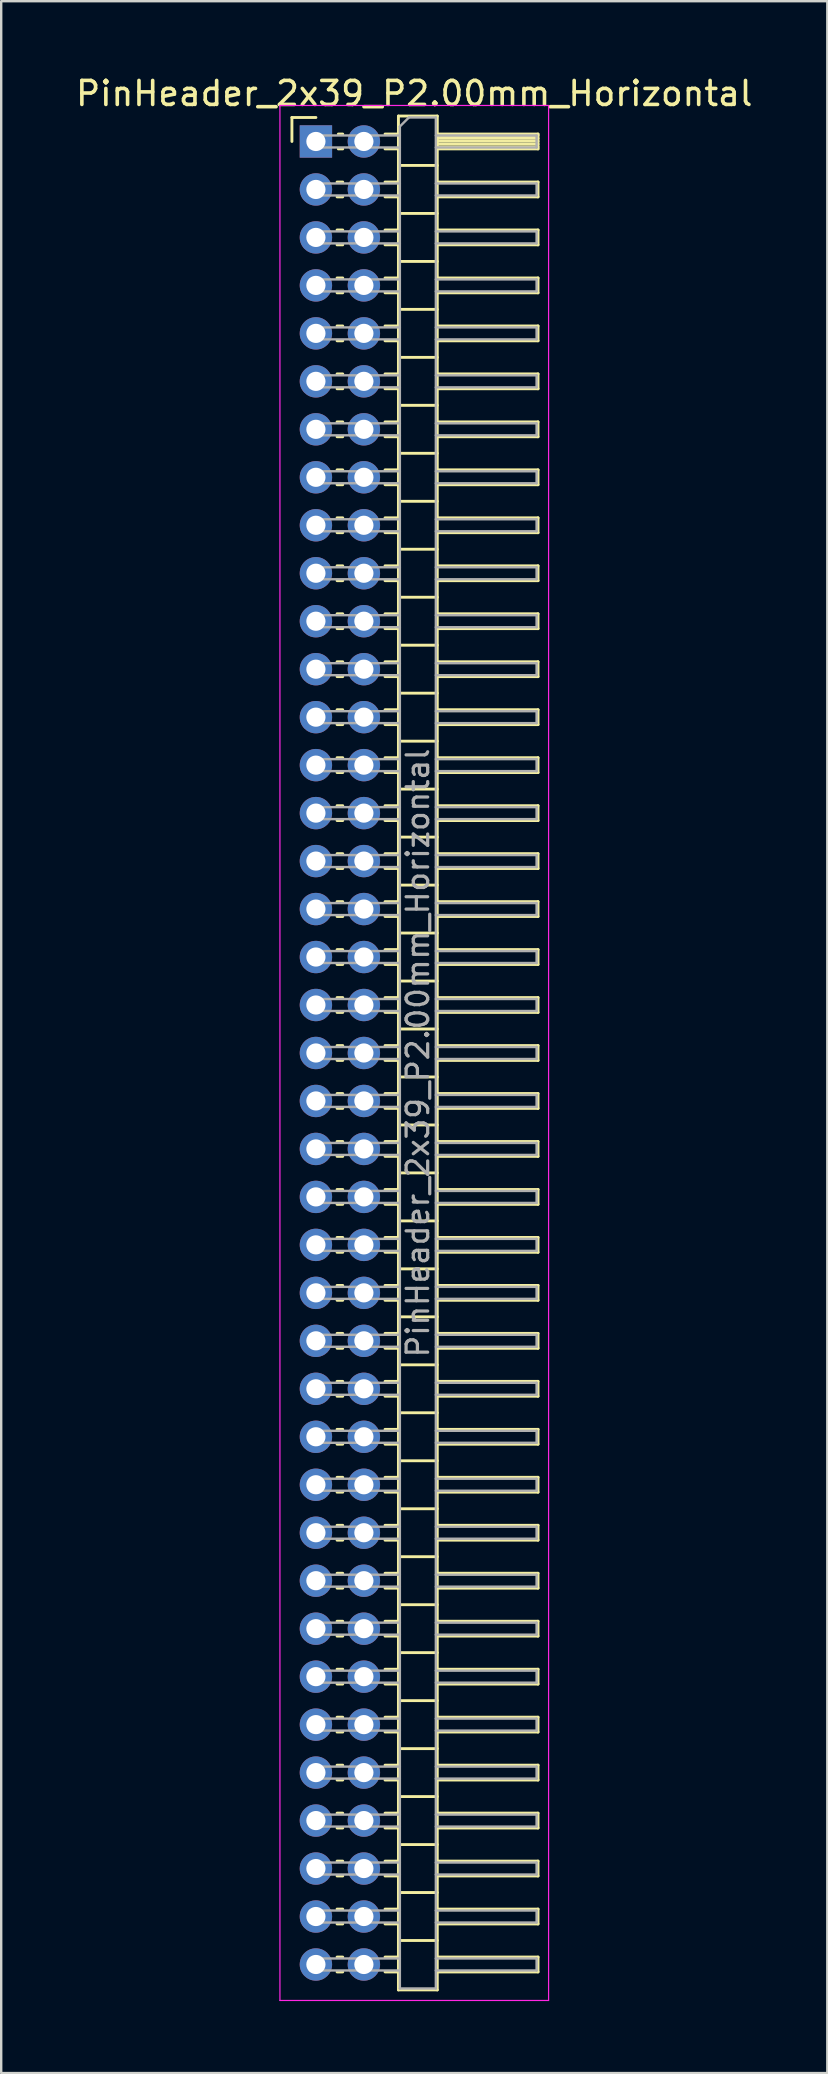
<source format=kicad_pcb>
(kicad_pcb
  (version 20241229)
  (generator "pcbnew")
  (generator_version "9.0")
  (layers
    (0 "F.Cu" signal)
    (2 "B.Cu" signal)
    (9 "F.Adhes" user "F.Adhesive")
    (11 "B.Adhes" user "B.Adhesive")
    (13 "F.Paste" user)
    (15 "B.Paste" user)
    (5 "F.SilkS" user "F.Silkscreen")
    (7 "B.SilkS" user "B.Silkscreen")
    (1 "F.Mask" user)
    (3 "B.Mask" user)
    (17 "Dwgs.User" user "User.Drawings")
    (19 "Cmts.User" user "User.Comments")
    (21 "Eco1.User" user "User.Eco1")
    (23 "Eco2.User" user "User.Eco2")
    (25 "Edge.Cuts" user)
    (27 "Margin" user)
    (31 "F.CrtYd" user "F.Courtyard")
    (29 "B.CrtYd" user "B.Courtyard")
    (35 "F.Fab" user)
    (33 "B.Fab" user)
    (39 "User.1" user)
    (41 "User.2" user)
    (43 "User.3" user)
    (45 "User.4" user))
  (footprint "PinHeader_2x39_P2.00mm_Horizontal"
    (layer "F.Cu")
    (at 10.12 2.848)
    (property "Reference" "PinHeader_2x39_P2.00mm_Horizontal" (at 4.1 -2 0) (layer "F.SilkS") (effects (font (size 1 1) (thickness 0.15))))
    (attr through_hole)
    (fp_line (start -1 -1) (end 0 -1) (stroke (width 0.12) (type solid)) (layer "F.SilkS"))
    (fp_line (start -1 0) (end -1 -1) (stroke (width 0.12) (type solid)) (layer "F.SilkS"))
    (fp_line (start 0.882 1.69) (end 1.118 1.69) (stroke (width 0.12) (type solid)) (layer "F.SilkS"))
    (fp_line (start 0.882 2.31) (end 1.118 2.31) (stroke (width 0.12) (type solid)) (layer "F.SilkS"))
    (fp_line (start 0.882 3.69) (end 1.118 3.69) (stroke (width 0.12) (type solid)) (layer "F.SilkS"))
    (fp_line (start 0.882 4.31) (end 1.118 4.31) (stroke (width 0.12) (type solid)) (layer "F.SilkS"))
    (fp_line (start 0.882 5.69) (end 1.118 5.69) (stroke (width 0.12) (type solid)) (layer "F.SilkS"))
    (fp_line (start 0.882 6.31) (end 1.118 6.31) (stroke (width 0.12) (type solid)) (layer "F.SilkS"))
    (fp_line (start 0.882 7.69) (end 1.118 7.69) (stroke (width 0.12) (type solid)) (layer "F.SilkS"))
    (fp_line (start 0.882 8.31) (end 1.118 8.31) (stroke (width 0.12) (type solid)) (layer "F.SilkS"))
    (fp_line (start 0.882 9.69) (end 1.118 9.69) (stroke (width 0.12) (type solid)) (layer "F.SilkS"))
    (fp_line (start 0.882 10.31) (end 1.118 10.31) (stroke (width 0.12) (type solid)) (layer "F.SilkS"))
    (fp_line (start 0.882 11.69) (end 1.118 11.69) (stroke (width 0.12) (type solid)) (layer "F.SilkS"))
    (fp_line (start 0.882 12.31) (end 1.118 12.31) (stroke (width 0.12) (type solid)) (layer "F.SilkS"))
    (fp_line (start 0.882 13.69) (end 1.118 13.69) (stroke (width 0.12) (type solid)) (layer "F.SilkS"))
    (fp_line (start 0.882 14.31) (end 1.118 14.31) (stroke (width 0.12) (type solid)) (layer "F.SilkS"))
    (fp_line (start 0.882 15.69) (end 1.118 15.69) (stroke (width 0.12) (type solid)) (layer "F.SilkS"))
    (fp_line (start 0.882 16.31) (end 1.118 16.31) (stroke (width 0.12) (type solid)) (layer "F.SilkS"))
    (fp_line (start 0.882 17.69) (end 1.118 17.69) (stroke (width 0.12) (type solid)) (layer "F.SilkS"))
    (fp_line (start 0.882 18.31) (end 1.118 18.31) (stroke (width 0.12) (type solid)) (layer "F.SilkS"))
    (fp_line (start 0.882 19.69) (end 1.118 19.69) (stroke (width 0.12) (type solid)) (layer "F.SilkS"))
    (fp_line (start 0.882 20.31) (end 1.118 20.31) (stroke (width 0.12) (type solid)) (layer "F.SilkS"))
    (fp_line (start 0.882 21.69) (end 1.118 21.69) (stroke (width 0.12) (type solid)) (layer "F.SilkS"))
    (fp_line (start 0.882 22.31) (end 1.118 22.31) (stroke (width 0.12) (type solid)) (layer "F.SilkS"))
    (fp_line (start 0.882 23.69) (end 1.118 23.69) (stroke (width 0.12) (type solid)) (layer "F.SilkS"))
    (fp_line (start 0.882 24.31) (end 1.118 24.31) (stroke (width 0.12) (type solid)) (layer "F.SilkS"))
    (fp_line (start 0.882 25.69) (end 1.118 25.69) (stroke (width 0.12) (type solid)) (layer "F.SilkS"))
    (fp_line (start 0.882 26.31) (end 1.118 26.31) (stroke (width 0.12) (type solid)) (layer "F.SilkS"))
    (fp_line (start 0.882 27.69) (end 1.118 27.69) (stroke (width 0.12) (type solid)) (layer "F.SilkS"))
    (fp_line (start 0.882 28.31) (end 1.118 28.31) (stroke (width 0.12) (type solid)) (layer "F.SilkS"))
    (fp_line (start 0.882 29.69) (end 1.118 29.69) (stroke (width 0.12) (type solid)) (layer "F.SilkS"))
    (fp_line (start 0.882 30.31) (end 1.118 30.31) (stroke (width 0.12) (type solid)) (layer "F.SilkS"))
    (fp_line (start 0.882 31.69) (end 1.118 31.69) (stroke (width 0.12) (type solid)) (layer "F.SilkS"))
    (fp_line (start 0.882 32.31) (end 1.118 32.31) (stroke (width 0.12) (type solid)) (layer "F.SilkS"))
    (fp_line (start 0.882 33.69) (end 1.118 33.69) (stroke (width 0.12) (type solid)) (layer "F.SilkS"))
    (fp_line (start 0.882 34.31) (end 1.118 34.31) (stroke (width 0.12) (type solid)) (layer "F.SilkS"))
    (fp_line (start 0.882 35.69) (end 1.118 35.69) (stroke (width 0.12) (type solid)) (layer "F.SilkS"))
    (fp_line (start 0.882 36.31) (end 1.118 36.31) (stroke (width 0.12) (type solid)) (layer "F.SilkS"))
    (fp_line (start 0.882 37.69) (end 1.118 37.69) (stroke (width 0.12) (type solid)) (layer "F.SilkS"))
    (fp_line (start 0.882 38.31) (end 1.118 38.31) (stroke (width 0.12) (type solid)) (layer "F.SilkS"))
    (fp_line (start 0.882 39.69) (end 1.118 39.69) (stroke (width 0.12) (type solid)) (layer "F.SilkS"))
    (fp_line (start 0.882 40.31) (end 1.118 40.31) (stroke (width 0.12) (type solid)) (layer "F.SilkS"))
    (fp_line (start 0.882 41.69) (end 1.118 41.69) (stroke (width 0.12) (type solid)) (layer "F.SilkS"))
    (fp_line (start 0.882 42.31) (end 1.118 42.31) (stroke (width 0.12) (type solid)) (layer "F.SilkS"))
    (fp_line (start 0.882 43.69) (end 1.118 43.69) (stroke (width 0.12) (type solid)) (layer "F.SilkS"))
    (fp_line (start 0.882 44.31) (end 1.118 44.31) (stroke (width 0.12) (type solid)) (layer "F.SilkS"))
    (fp_line (start 0.882 45.69) (end 1.118 45.69) (stroke (width 0.12) (type solid)) (layer "F.SilkS"))
    (fp_line (start 0.882 46.31) (end 1.118 46.31) (stroke (width 0.12) (type solid)) (layer "F.SilkS"))
    (fp_line (start 0.882 47.69) (end 1.118 47.69) (stroke (width 0.12) (type solid)) (layer "F.SilkS"))
    (fp_line (start 0.882 48.31) (end 1.118 48.31) (stroke (width 0.12) (type solid)) (layer "F.SilkS"))
    (fp_line (start 0.882 49.69) (end 1.118 49.69) (stroke (width 0.12) (type solid)) (layer "F.SilkS"))
    (fp_line (start 0.882 50.31) (end 1.118 50.31) (stroke (width 0.12) (type solid)) (layer "F.SilkS"))
    (fp_line (start 0.882 51.69) (end 1.118 51.69) (stroke (width 0.12) (type solid)) (layer "F.SilkS"))
    (fp_line (start 0.882 52.31) (end 1.118 52.31) (stroke (width 0.12) (type solid)) (layer "F.SilkS"))
    (fp_line (start 0.882 53.69) (end 1.118 53.69) (stroke (width 0.12) (type solid)) (layer "F.SilkS"))
    (fp_line (start 0.882 54.31) (end 1.118 54.31) (stroke (width 0.12) (type solid)) (layer "F.SilkS"))
    (fp_line (start 0.882 55.69) (end 1.118 55.69) (stroke (width 0.12) (type solid)) (layer "F.SilkS"))
    (fp_line (start 0.882 56.31) (end 1.118 56.31) (stroke (width 0.12) (type solid)) (layer "F.SilkS"))
    (fp_line (start 0.882 57.69) (end 1.118 57.69) (stroke (width 0.12) (type solid)) (layer "F.SilkS"))
    (fp_line (start 0.882 58.31) (end 1.118 58.31) (stroke (width 0.12) (type solid)) (layer "F.SilkS"))
    (fp_line (start 0.882 59.69) (end 1.118 59.69) (stroke (width 0.12) (type solid)) (layer "F.SilkS"))
    (fp_line (start 0.882 60.31) (end 1.118 60.31) (stroke (width 0.12) (type solid)) (layer "F.SilkS"))
    (fp_line (start 0.882 61.69) (end 1.118 61.69) (stroke (width 0.12) (type solid)) (layer "F.SilkS"))
    (fp_line (start 0.882 62.31) (end 1.118 62.31) (stroke (width 0.12) (type solid)) (layer "F.SilkS"))
    (fp_line (start 0.882 63.69) (end 1.118 63.69) (stroke (width 0.12) (type solid)) (layer "F.SilkS"))
    (fp_line (start 0.882 64.31) (end 1.118 64.31) (stroke (width 0.12) (type solid)) (layer "F.SilkS"))
    (fp_line (start 0.882 65.69) (end 1.118 65.69) (stroke (width 0.12) (type solid)) (layer "F.SilkS"))
    (fp_line (start 0.882 66.31) (end 1.118 66.31) (stroke (width 0.12) (type solid)) (layer "F.SilkS"))
    (fp_line (start 0.882 67.69) (end 1.118 67.69) (stroke (width 0.12) (type solid)) (layer "F.SilkS"))
    (fp_line (start 0.882 68.31) (end 1.118 68.31) (stroke (width 0.12) (type solid)) (layer "F.SilkS"))
    (fp_line (start 0.882 69.69) (end 1.118 69.69) (stroke (width 0.12) (type solid)) (layer "F.SilkS"))
    (fp_line (start 0.882 70.31) (end 1.118 70.31) (stroke (width 0.12) (type solid)) (layer "F.SilkS"))
    (fp_line (start 0.882 71.69) (end 1.118 71.69) (stroke (width 0.12) (type solid)) (layer "F.SilkS"))
    (fp_line (start 0.882 72.31) (end 1.118 72.31) (stroke (width 0.12) (type solid)) (layer "F.SilkS"))
    (fp_line (start 0.882 73.69) (end 1.118 73.69) (stroke (width 0.12) (type solid)) (layer "F.SilkS"))
    (fp_line (start 0.882 74.31) (end 1.118 74.31) (stroke (width 0.12) (type solid)) (layer "F.SilkS"))
    (fp_line (start 0.882 75.69) (end 1.118 75.69) (stroke (width 0.12) (type solid)) (layer "F.SilkS"))
    (fp_line (start 0.882 76.31) (end 1.118 76.31) (stroke (width 0.12) (type solid)) (layer "F.SilkS"))
    (fp_line (start 0.935 -0.31) (end 1.118 -0.31) (stroke (width 0.12) (type solid)) (layer "F.SilkS"))
    (fp_line (start 0.935 0.31) (end 1.118 0.31) (stroke (width 0.12) (type solid)) (layer "F.SilkS"))
    (fp_line (start 2.882 -0.31) (end 3.44 -0.31) (stroke (width 0.12) (type solid)) (layer "F.SilkS"))
    (fp_line (start 2.882 0.31) (end 3.44 0.31) (stroke (width 0.12) (type solid)) (layer "F.SilkS"))
    (fp_line (start 2.882 1.69) (end 3.44 1.69) (stroke (width 0.12) (type solid)) (layer "F.SilkS"))
    (fp_line (start 2.882 2.31) (end 3.44 2.31) (stroke (width 0.12) (type solid)) (layer "F.SilkS"))
    (fp_line (start 2.882 3.69) (end 3.44 3.69) (stroke (width 0.12) (type solid)) (layer "F.SilkS"))
    (fp_line (start 2.882 4.31) (end 3.44 4.31) (stroke (width 0.12) (type solid)) (layer "F.SilkS"))
    (fp_line (start 2.882 5.69) (end 3.44 5.69) (stroke (width 0.12) (type solid)) (layer "F.SilkS"))
    (fp_line (start 2.882 6.31) (end 3.44 6.31) (stroke (width 0.12) (type solid)) (layer "F.SilkS"))
    (fp_line (start 2.882 7.69) (end 3.44 7.69) (stroke (width 0.12) (type solid)) (layer "F.SilkS"))
    (fp_line (start 2.882 8.31) (end 3.44 8.31) (stroke (width 0.12) (type solid)) (layer "F.SilkS"))
    (fp_line (start 2.882 9.69) (end 3.44 9.69) (stroke (width 0.12) (type solid)) (layer "F.SilkS"))
    (fp_line (start 2.882 10.31) (end 3.44 10.31) (stroke (width 0.12) (type solid)) (layer "F.SilkS"))
    (fp_line (start 2.882 11.69) (end 3.44 11.69) (stroke (width 0.12) (type solid)) (layer "F.SilkS"))
    (fp_line (start 2.882 12.31) (end 3.44 12.31) (stroke (width 0.12) (type solid)) (layer "F.SilkS"))
    (fp_line (start 2.882 13.69) (end 3.44 13.69) (stroke (width 0.12) (type solid)) (layer "F.SilkS"))
    (fp_line (start 2.882 14.31) (end 3.44 14.31) (stroke (width 0.12) (type solid)) (layer "F.SilkS"))
    (fp_line (start 2.882 15.69) (end 3.44 15.69) (stroke (width 0.12) (type solid)) (layer "F.SilkS"))
    (fp_line (start 2.882 16.31) (end 3.44 16.31) (stroke (width 0.12) (type solid)) (layer "F.SilkS"))
    (fp_line (start 2.882 17.69) (end 3.44 17.69) (stroke (width 0.12) (type solid)) (layer "F.SilkS"))
    (fp_line (start 2.882 18.31) (end 3.44 18.31) (stroke (width 0.12) (type solid)) (layer "F.SilkS"))
    (fp_line (start 2.882 19.69) (end 3.44 19.69) (stroke (width 0.12) (type solid)) (layer "F.SilkS"))
    (fp_line (start 2.882 20.31) (end 3.44 20.31) (stroke (width 0.12) (type solid)) (layer "F.SilkS"))
    (fp_line (start 2.882 21.69) (end 3.44 21.69) (stroke (width 0.12) (type solid)) (layer "F.SilkS"))
    (fp_line (start 2.882 22.31) (end 3.44 22.31) (stroke (width 0.12) (type solid)) (layer "F.SilkS"))
    (fp_line (start 2.882 23.69) (end 3.44 23.69) (stroke (width 0.12) (type solid)) (layer "F.SilkS"))
    (fp_line (start 2.882 24.31) (end 3.44 24.31) (stroke (width 0.12) (type solid)) (layer "F.SilkS"))
    (fp_line (start 2.882 25.69) (end 3.44 25.69) (stroke (width 0.12) (type solid)) (layer "F.SilkS"))
    (fp_line (start 2.882 26.31) (end 3.44 26.31) (stroke (width 0.12) (type solid)) (layer "F.SilkS"))
    (fp_line (start 2.882 27.69) (end 3.44 27.69) (stroke (width 0.12) (type solid)) (layer "F.SilkS"))
    (fp_line (start 2.882 28.31) (end 3.44 28.31) (stroke (width 0.12) (type solid)) (layer "F.SilkS"))
    (fp_line (start 2.882 29.69) (end 3.44 29.69) (stroke (width 0.12) (type solid)) (layer "F.SilkS"))
    (fp_line (start 2.882 30.31) (end 3.44 30.31) (stroke (width 0.12) (type solid)) (layer "F.SilkS"))
    (fp_line (start 2.882 31.69) (end 3.44 31.69) (stroke (width 0.12) (type solid)) (layer "F.SilkS"))
    (fp_line (start 2.882 32.31) (end 3.44 32.31) (stroke (width 0.12) (type solid)) (layer "F.SilkS"))
    (fp_line (start 2.882 33.69) (end 3.44 33.69) (stroke (width 0.12) (type solid)) (layer "F.SilkS"))
    (fp_line (start 2.882 34.31) (end 3.44 34.31) (stroke (width 0.12) (type solid)) (layer "F.SilkS"))
    (fp_line (start 2.882 35.69) (end 3.44 35.69) (stroke (width 0.12) (type solid)) (layer "F.SilkS"))
    (fp_line (start 2.882 36.31) (end 3.44 36.31) (stroke (width 0.12) (type solid)) (layer "F.SilkS"))
    (fp_line (start 2.882 37.69) (end 3.44 37.69) (stroke (width 0.12) (type solid)) (layer "F.SilkS"))
    (fp_line (start 2.882 38.31) (end 3.44 38.31) (stroke (width 0.12) (type solid)) (layer "F.SilkS"))
    (fp_line (start 2.882 39.69) (end 3.44 39.69) (stroke (width 0.12) (type solid)) (layer "F.SilkS"))
    (fp_line (start 2.882 40.31) (end 3.44 40.31) (stroke (width 0.12) (type solid)) (layer "F.SilkS"))
    (fp_line (start 2.882 41.69) (end 3.44 41.69) (stroke (width 0.12) (type solid)) (layer "F.SilkS"))
    (fp_line (start 2.882 42.31) (end 3.44 42.31) (stroke (width 0.12) (type solid)) (layer "F.SilkS"))
    (fp_line (start 2.882 43.69) (end 3.44 43.69) (stroke (width 0.12) (type solid)) (layer "F.SilkS"))
    (fp_line (start 2.882 44.31) (end 3.44 44.31) (stroke (width 0.12) (type solid)) (layer "F.SilkS"))
    (fp_line (start 2.882 45.69) (end 3.44 45.69) (stroke (width 0.12) (type solid)) (layer "F.SilkS"))
    (fp_line (start 2.882 46.31) (end 3.44 46.31) (stroke (width 0.12) (type solid)) (layer "F.SilkS"))
    (fp_line (start 2.882 47.69) (end 3.44 47.69) (stroke (width 0.12) (type solid)) (layer "F.SilkS"))
    (fp_line (start 2.882 48.31) (end 3.44 48.31) (stroke (width 0.12) (type solid)) (layer "F.SilkS"))
    (fp_line (start 2.882 49.69) (end 3.44 49.69) (stroke (width 0.12) (type solid)) (layer "F.SilkS"))
    (fp_line (start 2.882 50.31) (end 3.44 50.31) (stroke (width 0.12) (type solid)) (layer "F.SilkS"))
    (fp_line (start 2.882 51.69) (end 3.44 51.69) (stroke (width 0.12) (type solid)) (layer "F.SilkS"))
    (fp_line (start 2.882 52.31) (end 3.44 52.31) (stroke (width 0.12) (type solid)) (layer "F.SilkS"))
    (fp_line (start 2.882 53.69) (end 3.44 53.69) (stroke (width 0.12) (type solid)) (layer "F.SilkS"))
    (fp_line (start 2.882 54.31) (end 3.44 54.31) (stroke (width 0.12) (type solid)) (layer "F.SilkS"))
    (fp_line (start 2.882 55.69) (end 3.44 55.69) (stroke (width 0.12) (type solid)) (layer "F.SilkS"))
    (fp_line (start 2.882 56.31) (end 3.44 56.31) (stroke (width 0.12) (type solid)) (layer "F.SilkS"))
    (fp_line (start 2.882 57.69) (end 3.44 57.69) (stroke (width 0.12) (type solid)) (layer "F.SilkS"))
    (fp_line (start 2.882 58.31) (end 3.44 58.31) (stroke (width 0.12) (type solid)) (layer "F.SilkS"))
    (fp_line (start 2.882 59.69) (end 3.44 59.69) (stroke (width 0.12) (type solid)) (layer "F.SilkS"))
    (fp_line (start 2.882 60.31) (end 3.44 60.31) (stroke (width 0.12) (type solid)) (layer "F.SilkS"))
    (fp_line (start 2.882 61.69) (end 3.44 61.69) (stroke (width 0.12) (type solid)) (layer "F.SilkS"))
    (fp_line (start 2.882 62.31) (end 3.44 62.31) (stroke (width 0.12) (type solid)) (layer "F.SilkS"))
    (fp_line (start 2.882 63.69) (end 3.44 63.69) (stroke (width 0.12) (type solid)) (layer "F.SilkS"))
    (fp_line (start 2.882 64.31) (end 3.44 64.31) (stroke (width 0.12) (type solid)) (layer "F.SilkS"))
    (fp_line (start 2.882 65.69) (end 3.44 65.69) (stroke (width 0.12) (type solid)) (layer "F.SilkS"))
    (fp_line (start 2.882 66.31) (end 3.44 66.31) (stroke (width 0.12) (type solid)) (layer "F.SilkS"))
    (fp_line (start 2.882 67.69) (end 3.44 67.69) (stroke (width 0.12) (type solid)) (layer "F.SilkS"))
    (fp_line (start 2.882 68.31) (end 3.44 68.31) (stroke (width 0.12) (type solid)) (layer "F.SilkS"))
    (fp_line (start 2.882 69.69) (end 3.44 69.69) (stroke (width 0.12) (type solid)) (layer "F.SilkS"))
    (fp_line (start 2.882 70.31) (end 3.44 70.31) (stroke (width 0.12) (type solid)) (layer "F.SilkS"))
    (fp_line (start 2.882 71.69) (end 3.44 71.69) (stroke (width 0.12) (type solid)) (layer "F.SilkS"))
    (fp_line (start 2.882 72.31) (end 3.44 72.31) (stroke (width 0.12) (type solid)) (layer "F.SilkS"))
    (fp_line (start 2.882 73.69) (end 3.44 73.69) (stroke (width 0.12) (type solid)) (layer "F.SilkS"))
    (fp_line (start 2.882 74.31) (end 3.44 74.31) (stroke (width 0.12) (type solid)) (layer "F.SilkS"))
    (fp_line (start 2.882 75.69) (end 3.44 75.69) (stroke (width 0.12) (type solid)) (layer "F.SilkS"))
    (fp_line (start 2.882 76.31) (end 3.44 76.31) (stroke (width 0.12) (type solid)) (layer "F.SilkS"))
    (fp_line (start 3.44 -1.06) (end 3.44 77.06) (stroke (width 0.12) (type solid)) (layer "F.SilkS"))
    (fp_line (start 3.44 1) (end 5.06 1) (stroke (width 0.12) (type solid)) (layer "F.SilkS"))
    (fp_line (start 3.44 3) (end 5.06 3) (stroke (width 0.12) (type solid)) (layer "F.SilkS"))
    (fp_line (start 3.44 5) (end 5.06 5) (stroke (width 0.12) (type solid)) (layer "F.SilkS"))
    (fp_line (start 3.44 7) (end 5.06 7) (stroke (width 0.12) (type solid)) (layer "F.SilkS"))
    (fp_line (start 3.44 9) (end 5.06 9) (stroke (width 0.12) (type solid)) (layer "F.SilkS"))
    (fp_line (start 3.44 11) (end 5.06 11) (stroke (width 0.12) (type solid)) (layer "F.SilkS"))
    (fp_line (start 3.44 13) (end 5.06 13) (stroke (width 0.12) (type solid)) (layer "F.SilkS"))
    (fp_line (start 3.44 15) (end 5.06 15) (stroke (width 0.12) (type solid)) (layer "F.SilkS"))
    (fp_line (start 3.44 17) (end 5.06 17) (stroke (width 0.12) (type solid)) (layer "F.SilkS"))
    (fp_line (start 3.44 19) (end 5.06 19) (stroke (width 0.12) (type solid)) (layer "F.SilkS"))
    (fp_line (start 3.44 21) (end 5.06 21) (stroke (width 0.12) (type solid)) (layer "F.SilkS"))
    (fp_line (start 3.44 23) (end 5.06 23) (stroke (width 0.12) (type solid)) (layer "F.SilkS"))
    (fp_line (start 3.44 25) (end 5.06 25) (stroke (width 0.12) (type solid)) (layer "F.SilkS"))
    (fp_line (start 3.44 27) (end 5.06 27) (stroke (width 0.12) (type solid)) (layer "F.SilkS"))
    (fp_line (start 3.44 29) (end 5.06 29) (stroke (width 0.12) (type solid)) (layer "F.SilkS"))
    (fp_line (start 3.44 31) (end 5.06 31) (stroke (width 0.12) (type solid)) (layer "F.SilkS"))
    (fp_line (start 3.44 33) (end 5.06 33) (stroke (width 0.12) (type solid)) (layer "F.SilkS"))
    (fp_line (start 3.44 35) (end 5.06 35) (stroke (width 0.12) (type solid)) (layer "F.SilkS"))
    (fp_line (start 3.44 37) (end 5.06 37) (stroke (width 0.12) (type solid)) (layer "F.SilkS"))
    (fp_line (start 3.44 39) (end 5.06 39) (stroke (width 0.12) (type solid)) (layer "F.SilkS"))
    (fp_line (start 3.44 41) (end 5.06 41) (stroke (width 0.12) (type solid)) (layer "F.SilkS"))
    (fp_line (start 3.44 43) (end 5.06 43) (stroke (width 0.12) (type solid)) (layer "F.SilkS"))
    (fp_line (start 3.44 45) (end 5.06 45) (stroke (width 0.12) (type solid)) (layer "F.SilkS"))
    (fp_line (start 3.44 47) (end 5.06 47) (stroke (width 0.12) (type solid)) (layer "F.SilkS"))
    (fp_line (start 3.44 49) (end 5.06 49) (stroke (width 0.12) (type solid)) (layer "F.SilkS"))
    (fp_line (start 3.44 51) (end 5.06 51) (stroke (width 0.12) (type solid)) (layer "F.SilkS"))
    (fp_line (start 3.44 53) (end 5.06 53) (stroke (width 0.12) (type solid)) (layer "F.SilkS"))
    (fp_line (start 3.44 55) (end 5.06 55) (stroke (width 0.12) (type solid)) (layer "F.SilkS"))
    (fp_line (start 3.44 57) (end 5.06 57) (stroke (width 0.12) (type solid)) (layer "F.SilkS"))
    (fp_line (start 3.44 59) (end 5.06 59) (stroke (width 0.12) (type solid)) (layer "F.SilkS"))
    (fp_line (start 3.44 61) (end 5.06 61) (stroke (width 0.12) (type solid)) (layer "F.SilkS"))
    (fp_line (start 3.44 63) (end 5.06 63) (stroke (width 0.12) (type solid)) (layer "F.SilkS"))
    (fp_line (start 3.44 65) (end 5.06 65) (stroke (width 0.12) (type solid)) (layer "F.SilkS"))
    (fp_line (start 3.44 67) (end 5.06 67) (stroke (width 0.12) (type solid)) (layer "F.SilkS"))
    (fp_line (start 3.44 69) (end 5.06 69) (stroke (width 0.12) (type solid)) (layer "F.SilkS"))
    (fp_line (start 3.44 71) (end 5.06 71) (stroke (width 0.12) (type solid)) (layer "F.SilkS"))
    (fp_line (start 3.44 73) (end 5.06 73) (stroke (width 0.12) (type solid)) (layer "F.SilkS"))
    (fp_line (start 3.44 75) (end 5.06 75) (stroke (width 0.12) (type solid)) (layer "F.SilkS"))
    (fp_line (start 3.44 77.06) (end 5.06 77.06) (stroke (width 0.12) (type solid)) (layer "F.SilkS"))
    (fp_line (start 5.06 -1.06) (end 3.44 -1.06) (stroke (width 0.12) (type solid)) (layer "F.SilkS"))
    (fp_line (start 5.06 -0.31) (end 9.26 -0.31) (stroke (width 0.12) (type solid)) (layer "F.SilkS"))
    (fp_line (start 5.06 -0.25) (end 9.26 -0.25) (stroke (width 0.12) (type solid)) (layer "F.SilkS"))
    (fp_line (start 5.06 -0.13) (end 9.26 -0.13) (stroke (width 0.12) (type solid)) (layer "F.SilkS"))
    (fp_line (start 5.06 -0.01) (end 9.26 -0.01) (stroke (width 0.12) (type solid)) (layer "F.SilkS"))
    (fp_line (start 5.06 0.11) (end 9.26 0.11) (stroke (width 0.12) (type solid)) (layer "F.SilkS"))
    (fp_line (start 5.06 0.23) (end 9.26 0.23) (stroke (width 0.12) (type solid)) (layer "F.SilkS"))
    (fp_line (start 5.06 1.69) (end 9.26 1.69) (stroke (width 0.12) (type solid)) (layer "F.SilkS"))
    (fp_line (start 5.06 3.69) (end 9.26 3.69) (stroke (width 0.12) (type solid)) (layer "F.SilkS"))
    (fp_line (start 5.06 5.69) (end 9.26 5.69) (stroke (width 0.12) (type solid)) (layer "F.SilkS"))
    (fp_line (start 5.06 7.69) (end 9.26 7.69) (stroke (width 0.12) (type solid)) (layer "F.SilkS"))
    (fp_line (start 5.06 9.69) (end 9.26 9.69) (stroke (width 0.12) (type solid)) (layer "F.SilkS"))
    (fp_line (start 5.06 11.69) (end 9.26 11.69) (stroke (width 0.12) (type solid)) (layer "F.SilkS"))
    (fp_line (start 5.06 13.69) (end 9.26 13.69) (stroke (width 0.12) (type solid)) (layer "F.SilkS"))
    (fp_line (start 5.06 15.69) (end 9.26 15.69) (stroke (width 0.12) (type solid)) (layer "F.SilkS"))
    (fp_line (start 5.06 17.69) (end 9.26 17.69) (stroke (width 0.12) (type solid)) (layer "F.SilkS"))
    (fp_line (start 5.06 19.69) (end 9.26 19.69) (stroke (width 0.12) (type solid)) (layer "F.SilkS"))
    (fp_line (start 5.06 21.69) (end 9.26 21.69) (stroke (width 0.12) (type solid)) (layer "F.SilkS"))
    (fp_line (start 5.06 23.69) (end 9.26 23.69) (stroke (width 0.12) (type solid)) (layer "F.SilkS"))
    (fp_line (start 5.06 25.69) (end 9.26 25.69) (stroke (width 0.12) (type solid)) (layer "F.SilkS"))
    (fp_line (start 5.06 27.69) (end 9.26 27.69) (stroke (width 0.12) (type solid)) (layer "F.SilkS"))
    (fp_line (start 5.06 29.69) (end 9.26 29.69) (stroke (width 0.12) (type solid)) (layer "F.SilkS"))
    (fp_line (start 5.06 31.69) (end 9.26 31.69) (stroke (width 0.12) (type solid)) (layer "F.SilkS"))
    (fp_line (start 5.06 33.69) (end 9.26 33.69) (stroke (width 0.12) (type solid)) (layer "F.SilkS"))
    (fp_line (start 5.06 35.69) (end 9.26 35.69) (stroke (width 0.12) (type solid)) (layer "F.SilkS"))
    (fp_line (start 5.06 37.69) (end 9.26 37.69) (stroke (width 0.12) (type solid)) (layer "F.SilkS"))
    (fp_line (start 5.06 39.69) (end 9.26 39.69) (stroke (width 0.12) (type solid)) (layer "F.SilkS"))
    (fp_line (start 5.06 41.69) (end 9.26 41.69) (stroke (width 0.12) (type solid)) (layer "F.SilkS"))
    (fp_line (start 5.06 43.69) (end 9.26 43.69) (stroke (width 0.12) (type solid)) (layer "F.SilkS"))
    (fp_line (start 5.06 45.69) (end 9.26 45.69) (stroke (width 0.12) (type solid)) (layer "F.SilkS"))
    (fp_line (start 5.06 47.69) (end 9.26 47.69) (stroke (width 0.12) (type solid)) (layer "F.SilkS"))
    (fp_line (start 5.06 49.69) (end 9.26 49.69) (stroke (width 0.12) (type solid)) (layer "F.SilkS"))
    (fp_line (start 5.06 51.69) (end 9.26 51.69) (stroke (width 0.12) (type solid)) (layer "F.SilkS"))
    (fp_line (start 5.06 53.69) (end 9.26 53.69) (stroke (width 0.12) (type solid)) (layer "F.SilkS"))
    (fp_line (start 5.06 55.69) (end 9.26 55.69) (stroke (width 0.12) (type solid)) (layer "F.SilkS"))
    (fp_line (start 5.06 57.69) (end 9.26 57.69) (stroke (width 0.12) (type solid)) (layer "F.SilkS"))
    (fp_line (start 5.06 59.69) (end 9.26 59.69) (stroke (width 0.12) (type solid)) (layer "F.SilkS"))
    (fp_line (start 5.06 61.69) (end 9.26 61.69) (stroke (width 0.12) (type solid)) (layer "F.SilkS"))
    (fp_line (start 5.06 63.69) (end 9.26 63.69) (stroke (width 0.12) (type solid)) (layer "F.SilkS"))
    (fp_line (start 5.06 65.69) (end 9.26 65.69) (stroke (width 0.12) (type solid)) (layer "F.SilkS"))
    (fp_line (start 5.06 67.69) (end 9.26 67.69) (stroke (width 0.12) (type solid)) (layer "F.SilkS"))
    (fp_line (start 5.06 69.69) (end 9.26 69.69) (stroke (width 0.12) (type solid)) (layer "F.SilkS"))
    (fp_line (start 5.06 71.69) (end 9.26 71.69) (stroke (width 0.12) (type solid)) (layer "F.SilkS"))
    (fp_line (start 5.06 73.69) (end 9.26 73.69) (stroke (width 0.12) (type solid)) (layer "F.SilkS"))
    (fp_line (start 5.06 75.69) (end 9.26 75.69) (stroke (width 0.12) (type solid)) (layer "F.SilkS"))
    (fp_line (start 5.06 77.06) (end 5.06 -1.06) (stroke (width 0.12) (type solid)) (layer "F.SilkS"))
    (fp_line (start 9.26 -0.31) (end 9.26 0.31) (stroke (width 0.12) (type solid)) (layer "F.SilkS"))
    (fp_line (start 9.26 0.31) (end 5.06 0.31) (stroke (width 0.12) (type solid)) (layer "F.SilkS"))
    (fp_line (start 9.26 1.69) (end 9.26 2.31) (stroke (width 0.12) (type solid)) (layer "F.SilkS"))
    (fp_line (start 9.26 2.31) (end 5.06 2.31) (stroke (width 0.12) (type solid)) (layer "F.SilkS"))
    (fp_line (start 9.26 3.69) (end 9.26 4.31) (stroke (width 0.12) (type solid)) (layer "F.SilkS"))
    (fp_line (start 9.26 4.31) (end 5.06 4.31) (stroke (width 0.12) (type solid)) (layer "F.SilkS"))
    (fp_line (start 9.26 5.69) (end 9.26 6.31) (stroke (width 0.12) (type solid)) (layer "F.SilkS"))
    (fp_line (start 9.26 6.31) (end 5.06 6.31) (stroke (width 0.12) (type solid)) (layer "F.SilkS"))
    (fp_line (start 9.26 7.69) (end 9.26 8.31) (stroke (width 0.12) (type solid)) (layer "F.SilkS"))
    (fp_line (start 9.26 8.31) (end 5.06 8.31) (stroke (width 0.12) (type solid)) (layer "F.SilkS"))
    (fp_line (start 9.26 9.69) (end 9.26 10.31) (stroke (width 0.12) (type solid)) (layer "F.SilkS"))
    (fp_line (start 9.26 10.31) (end 5.06 10.31) (stroke (width 0.12) (type solid)) (layer "F.SilkS"))
    (fp_line (start 9.26 11.69) (end 9.26 12.31) (stroke (width 0.12) (type solid)) (layer "F.SilkS"))
    (fp_line (start 9.26 12.31) (end 5.06 12.31) (stroke (width 0.12) (type solid)) (layer "F.SilkS"))
    (fp_line (start 9.26 13.69) (end 9.26 14.31) (stroke (width 0.12) (type solid)) (layer "F.SilkS"))
    (fp_line (start 9.26 14.31) (end 5.06 14.31) (stroke (width 0.12) (type solid)) (layer "F.SilkS"))
    (fp_line (start 9.26 15.69) (end 9.26 16.31) (stroke (width 0.12) (type solid)) (layer "F.SilkS"))
    (fp_line (start 9.26 16.31) (end 5.06 16.31) (stroke (width 0.12) (type solid)) (layer "F.SilkS"))
    (fp_line (start 9.26 17.69) (end 9.26 18.31) (stroke (width 0.12) (type solid)) (layer "F.SilkS"))
    (fp_line (start 9.26 18.31) (end 5.06 18.31) (stroke (width 0.12) (type solid)) (layer "F.SilkS"))
    (fp_line (start 9.26 19.69) (end 9.26 20.31) (stroke (width 0.12) (type solid)) (layer "F.SilkS"))
    (fp_line (start 9.26 20.31) (end 5.06 20.31) (stroke (width 0.12) (type solid)) (layer "F.SilkS"))
    (fp_line (start 9.26 21.69) (end 9.26 22.31) (stroke (width 0.12) (type solid)) (layer "F.SilkS"))
    (fp_line (start 9.26 22.31) (end 5.06 22.31) (stroke (width 0.12) (type solid)) (layer "F.SilkS"))
    (fp_line (start 9.26 23.69) (end 9.26 24.31) (stroke (width 0.12) (type solid)) (layer "F.SilkS"))
    (fp_line (start 9.26 24.31) (end 5.06 24.31) (stroke (width 0.12) (type solid)) (layer "F.SilkS"))
    (fp_line (start 9.26 25.69) (end 9.26 26.31) (stroke (width 0.12) (type solid)) (layer "F.SilkS"))
    (fp_line (start 9.26 26.31) (end 5.06 26.31) (stroke (width 0.12) (type solid)) (layer "F.SilkS"))
    (fp_line (start 9.26 27.69) (end 9.26 28.31) (stroke (width 0.12) (type solid)) (layer "F.SilkS"))
    (fp_line (start 9.26 28.31) (end 5.06 28.31) (stroke (width 0.12) (type solid)) (layer "F.SilkS"))
    (fp_line (start 9.26 29.69) (end 9.26 30.31) (stroke (width 0.12) (type solid)) (layer "F.SilkS"))
    (fp_line (start 9.26 30.31) (end 5.06 30.31) (stroke (width 0.12) (type solid)) (layer "F.SilkS"))
    (fp_line (start 9.26 31.69) (end 9.26 32.31) (stroke (width 0.12) (type solid)) (layer "F.SilkS"))
    (fp_line (start 9.26 32.31) (end 5.06 32.31) (stroke (width 0.12) (type solid)) (layer "F.SilkS"))
    (fp_line (start 9.26 33.69) (end 9.26 34.31) (stroke (width 0.12) (type solid)) (layer "F.SilkS"))
    (fp_line (start 9.26 34.31) (end 5.06 34.31) (stroke (width 0.12) (type solid)) (layer "F.SilkS"))
    (fp_line (start 9.26 35.69) (end 9.26 36.31) (stroke (width 0.12) (type solid)) (layer "F.SilkS"))
    (fp_line (start 9.26 36.31) (end 5.06 36.31) (stroke (width 0.12) (type solid)) (layer "F.SilkS"))
    (fp_line (start 9.26 37.69) (end 9.26 38.31) (stroke (width 0.12) (type solid)) (layer "F.SilkS"))
    (fp_line (start 9.26 38.31) (end 5.06 38.31) (stroke (width 0.12) (type solid)) (layer "F.SilkS"))
    (fp_line (start 9.26 39.69) (end 9.26 40.31) (stroke (width 0.12) (type solid)) (layer "F.SilkS"))
    (fp_line (start 9.26 40.31) (end 5.06 40.31) (stroke (width 0.12) (type solid)) (layer "F.SilkS"))
    (fp_line (start 9.26 41.69) (end 9.26 42.31) (stroke (width 0.12) (type solid)) (layer "F.SilkS"))
    (fp_line (start 9.26 42.31) (end 5.06 42.31) (stroke (width 0.12) (type solid)) (layer "F.SilkS"))
    (fp_line (start 9.26 43.69) (end 9.26 44.31) (stroke (width 0.12) (type solid)) (layer "F.SilkS"))
    (fp_line (start 9.26 44.31) (end 5.06 44.31) (stroke (width 0.12) (type solid)) (layer "F.SilkS"))
    (fp_line (start 9.26 45.69) (end 9.26 46.31) (stroke (width 0.12) (type solid)) (layer "F.SilkS"))
    (fp_line (start 9.26 46.31) (end 5.06 46.31) (stroke (width 0.12) (type solid)) (layer "F.SilkS"))
    (fp_line (start 9.26 47.69) (end 9.26 48.31) (stroke (width 0.12) (type solid)) (layer "F.SilkS"))
    (fp_line (start 9.26 48.31) (end 5.06 48.31) (stroke (width 0.12) (type solid)) (layer "F.SilkS"))
    (fp_line (start 9.26 49.69) (end 9.26 50.31) (stroke (width 0.12) (type solid)) (layer "F.SilkS"))
    (fp_line (start 9.26 50.31) (end 5.06 50.31) (stroke (width 0.12) (type solid)) (layer "F.SilkS"))
    (fp_line (start 9.26 51.69) (end 9.26 52.31) (stroke (width 0.12) (type solid)) (layer "F.SilkS"))
    (fp_line (start 9.26 52.31) (end 5.06 52.31) (stroke (width 0.12) (type solid)) (layer "F.SilkS"))
    (fp_line (start 9.26 53.69) (end 9.26 54.31) (stroke (width 0.12) (type solid)) (layer "F.SilkS"))
    (fp_line (start 9.26 54.31) (end 5.06 54.31) (stroke (width 0.12) (type solid)) (layer "F.SilkS"))
    (fp_line (start 9.26 55.69) (end 9.26 56.31) (stroke (width 0.12) (type solid)) (layer "F.SilkS"))
    (fp_line (start 9.26 56.31) (end 5.06 56.31) (stroke (width 0.12) (type solid)) (layer "F.SilkS"))
    (fp_line (start 9.26 57.69) (end 9.26 58.31) (stroke (width 0.12) (type solid)) (layer "F.SilkS"))
    (fp_line (start 9.26 58.31) (end 5.06 58.31) (stroke (width 0.12) (type solid)) (layer "F.SilkS"))
    (fp_line (start 9.26 59.69) (end 9.26 60.31) (stroke (width 0.12) (type solid)) (layer "F.SilkS"))
    (fp_line (start 9.26 60.31) (end 5.06 60.31) (stroke (width 0.12) (type solid)) (layer "F.SilkS"))
    (fp_line (start 9.26 61.69) (end 9.26 62.31) (stroke (width 0.12) (type solid)) (layer "F.SilkS"))
    (fp_line (start 9.26 62.31) (end 5.06 62.31) (stroke (width 0.12) (type solid)) (layer "F.SilkS"))
    (fp_line (start 9.26 63.69) (end 9.26 64.31) (stroke (width 0.12) (type solid)) (layer "F.SilkS"))
    (fp_line (start 9.26 64.31) (end 5.06 64.31) (stroke (width 0.12) (type solid)) (layer "F.SilkS"))
    (fp_line (start 9.26 65.69) (end 9.26 66.31) (stroke (width 0.12) (type solid)) (layer "F.SilkS"))
    (fp_line (start 9.26 66.31) (end 5.06 66.31) (stroke (width 0.12) (type solid)) (layer "F.SilkS"))
    (fp_line (start 9.26 67.69) (end 9.26 68.31) (stroke (width 0.12) (type solid)) (layer "F.SilkS"))
    (fp_line (start 9.26 68.31) (end 5.06 68.31) (stroke (width 0.12) (type solid)) (layer "F.SilkS"))
    (fp_line (start 9.26 69.69) (end 9.26 70.31) (stroke (width 0.12) (type solid)) (layer "F.SilkS"))
    (fp_line (start 9.26 70.31) (end 5.06 70.31) (stroke (width 0.12) (type solid)) (layer "F.SilkS"))
    (fp_line (start 9.26 71.69) (end 9.26 72.31) (stroke (width 0.12) (type solid)) (layer "F.SilkS"))
    (fp_line (start 9.26 72.31) (end 5.06 72.31) (stroke (width 0.12) (type solid)) (layer "F.SilkS"))
    (fp_line (start 9.26 73.69) (end 9.26 74.31) (stroke (width 0.12) (type solid)) (layer "F.SilkS"))
    (fp_line (start 9.26 74.31) (end 5.06 74.31) (stroke (width 0.12) (type solid)) (layer "F.SilkS"))
    (fp_line (start 9.26 75.69) (end 9.26 76.31) (stroke (width 0.12) (type solid)) (layer "F.SilkS"))
    (fp_line (start 9.26 76.31) (end 5.06 76.31) (stroke (width 0.12) (type solid)) (layer "F.SilkS"))
    (fp_line (start -1.5 -1.5) (end -1.5 77.5) (stroke (width 0.05) (type solid)) (layer "F.CrtYd"))
    (fp_line (start -1.5 77.5) (end 9.7 77.5) (stroke (width 0.05) (type solid)) (layer "F.CrtYd"))
    (fp_line (start 9.7 -1.5) (end -1.5 -1.5) (stroke (width 0.05) (type solid)) (layer "F.CrtYd"))
    (fp_line (start 9.7 77.5) (end 9.7 -1.5) (stroke (width 0.05) (type solid)) (layer "F.CrtYd"))
    (fp_line (start -0.25 -0.25) (end -0.25 0.25) (stroke (width 0.1) (type solid)) (layer "F.Fab"))
    (fp_line (start -0.25 -0.25) (end 3.5 -0.25) (stroke (width 0.1) (type solid)) (layer "F.Fab"))
    (fp_line (start -0.25 0.25) (end 3.5 0.25) (stroke (width 0.1) (type solid)) (layer "F.Fab"))
    (fp_line (start -0.25 1.75) (end -0.25 2.25) (stroke (width 0.1) (type solid)) (layer "F.Fab"))
    (fp_line (start -0.25 1.75) (end 3.5 1.75) (stroke (width 0.1) (type solid)) (layer "F.Fab"))
    (fp_line (start -0.25 2.25) (end 3.5 2.25) (stroke (width 0.1) (type solid)) (layer "F.Fab"))
    (fp_line (start -0.25 3.75) (end -0.25 4.25) (stroke (width 0.1) (type solid)) (layer "F.Fab"))
    (fp_line (start -0.25 3.75) (end 3.5 3.75) (stroke (width 0.1) (type solid)) (layer "F.Fab"))
    (fp_line (start -0.25 4.25) (end 3.5 4.25) (stroke (width 0.1) (type solid)) (layer "F.Fab"))
    (fp_line (start -0.25 5.75) (end -0.25 6.25) (stroke (width 0.1) (type solid)) (layer "F.Fab"))
    (fp_line (start -0.25 5.75) (end 3.5 5.75) (stroke (width 0.1) (type solid)) (layer "F.Fab"))
    (fp_line (start -0.25 6.25) (end 3.5 6.25) (stroke (width 0.1) (type solid)) (layer "F.Fab"))
    (fp_line (start -0.25 7.75) (end -0.25 8.25) (stroke (width 0.1) (type solid)) (layer "F.Fab"))
    (fp_line (start -0.25 7.75) (end 3.5 7.75) (stroke (width 0.1) (type solid)) (layer "F.Fab"))
    (fp_line (start -0.25 8.25) (end 3.5 8.25) (stroke (width 0.1) (type solid)) (layer "F.Fab"))
    (fp_line (start -0.25 9.75) (end -0.25 10.25) (stroke (width 0.1) (type solid)) (layer "F.Fab"))
    (fp_line (start -0.25 9.75) (end 3.5 9.75) (stroke (width 0.1) (type solid)) (layer "F.Fab"))
    (fp_line (start -0.25 10.25) (end 3.5 10.25) (stroke (width 0.1) (type solid)) (layer "F.Fab"))
    (fp_line (start -0.25 11.75) (end -0.25 12.25) (stroke (width 0.1) (type solid)) (layer "F.Fab"))
    (fp_line (start -0.25 11.75) (end 3.5 11.75) (stroke (width 0.1) (type solid)) (layer "F.Fab"))
    (fp_line (start -0.25 12.25) (end 3.5 12.25) (stroke (width 0.1) (type solid)) (layer "F.Fab"))
    (fp_line (start -0.25 13.75) (end -0.25 14.25) (stroke (width 0.1) (type solid)) (layer "F.Fab"))
    (fp_line (start -0.25 13.75) (end 3.5 13.75) (stroke (width 0.1) (type solid)) (layer "F.Fab"))
    (fp_line (start -0.25 14.25) (end 3.5 14.25) (stroke (width 0.1) (type solid)) (layer "F.Fab"))
    (fp_line (start -0.25 15.75) (end -0.25 16.25) (stroke (width 0.1) (type solid)) (layer "F.Fab"))
    (fp_line (start -0.25 15.75) (end 3.5 15.75) (stroke (width 0.1) (type solid)) (layer "F.Fab"))
    (fp_line (start -0.25 16.25) (end 3.5 16.25) (stroke (width 0.1) (type solid)) (layer "F.Fab"))
    (fp_line (start -0.25 17.75) (end -0.25 18.25) (stroke (width 0.1) (type solid)) (layer "F.Fab"))
    (fp_line (start -0.25 17.75) (end 3.5 17.75) (stroke (width 0.1) (type solid)) (layer "F.Fab"))
    (fp_line (start -0.25 18.25) (end 3.5 18.25) (stroke (width 0.1) (type solid)) (layer "F.Fab"))
    (fp_line (start -0.25 19.75) (end -0.25 20.25) (stroke (width 0.1) (type solid)) (layer "F.Fab"))
    (fp_line (start -0.25 19.75) (end 3.5 19.75) (stroke (width 0.1) (type solid)) (layer "F.Fab"))
    (fp_line (start -0.25 20.25) (end 3.5 20.25) (stroke (width 0.1) (type solid)) (layer "F.Fab"))
    (fp_line (start -0.25 21.75) (end -0.25 22.25) (stroke (width 0.1) (type solid)) (layer "F.Fab"))
    (fp_line (start -0.25 21.75) (end 3.5 21.75) (stroke (width 0.1) (type solid)) (layer "F.Fab"))
    (fp_line (start -0.25 22.25) (end 3.5 22.25) (stroke (width 0.1) (type solid)) (layer "F.Fab"))
    (fp_line (start -0.25 23.75) (end -0.25 24.25) (stroke (width 0.1) (type solid)) (layer "F.Fab"))
    (fp_line (start -0.25 23.75) (end 3.5 23.75) (stroke (width 0.1) (type solid)) (layer "F.Fab"))
    (fp_line (start -0.25 24.25) (end 3.5 24.25) (stroke (width 0.1) (type solid)) (layer "F.Fab"))
    (fp_line (start -0.25 25.75) (end -0.25 26.25) (stroke (width 0.1) (type solid)) (layer "F.Fab"))
    (fp_line (start -0.25 25.75) (end 3.5 25.75) (stroke (width 0.1) (type solid)) (layer "F.Fab"))
    (fp_line (start -0.25 26.25) (end 3.5 26.25) (stroke (width 0.1) (type solid)) (layer "F.Fab"))
    (fp_line (start -0.25 27.75) (end -0.25 28.25) (stroke (width 0.1) (type solid)) (layer "F.Fab"))
    (fp_line (start -0.25 27.75) (end 3.5 27.75) (stroke (width 0.1) (type solid)) (layer "F.Fab"))
    (fp_line (start -0.25 28.25) (end 3.5 28.25) (stroke (width 0.1) (type solid)) (layer "F.Fab"))
    (fp_line (start -0.25 29.75) (end -0.25 30.25) (stroke (width 0.1) (type solid)) (layer "F.Fab"))
    (fp_line (start -0.25 29.75) (end 3.5 29.75) (stroke (width 0.1) (type solid)) (layer "F.Fab"))
    (fp_line (start -0.25 30.25) (end 3.5 30.25) (stroke (width 0.1) (type solid)) (layer "F.Fab"))
    (fp_line (start -0.25 31.75) (end -0.25 32.25) (stroke (width 0.1) (type solid)) (layer "F.Fab"))
    (fp_line (start -0.25 31.75) (end 3.5 31.75) (stroke (width 0.1) (type solid)) (layer "F.Fab"))
    (fp_line (start -0.25 32.25) (end 3.5 32.25) (stroke (width 0.1) (type solid)) (layer "F.Fab"))
    (fp_line (start -0.25 33.75) (end -0.25 34.25) (stroke (width 0.1) (type solid)) (layer "F.Fab"))
    (fp_line (start -0.25 33.75) (end 3.5 33.75) (stroke (width 0.1) (type solid)) (layer "F.Fab"))
    (fp_line (start -0.25 34.25) (end 3.5 34.25) (stroke (width 0.1) (type solid)) (layer "F.Fab"))
    (fp_line (start -0.25 35.75) (end -0.25 36.25) (stroke (width 0.1) (type solid)) (layer "F.Fab"))
    (fp_line (start -0.25 35.75) (end 3.5 35.75) (stroke (width 0.1) (type solid)) (layer "F.Fab"))
    (fp_line (start -0.25 36.25) (end 3.5 36.25) (stroke (width 0.1) (type solid)) (layer "F.Fab"))
    (fp_line (start -0.25 37.75) (end -0.25 38.25) (stroke (width 0.1) (type solid)) (layer "F.Fab"))
    (fp_line (start -0.25 37.75) (end 3.5 37.75) (stroke (width 0.1) (type solid)) (layer "F.Fab"))
    (fp_line (start -0.25 38.25) (end 3.5 38.25) (stroke (width 0.1) (type solid)) (layer "F.Fab"))
    (fp_line (start -0.25 39.75) (end -0.25 40.25) (stroke (width 0.1) (type solid)) (layer "F.Fab"))
    (fp_line (start -0.25 39.75) (end 3.5 39.75) (stroke (width 0.1) (type solid)) (layer "F.Fab"))
    (fp_line (start -0.25 40.25) (end 3.5 40.25) (stroke (width 0.1) (type solid)) (layer "F.Fab"))
    (fp_line (start -0.25 41.75) (end -0.25 42.25) (stroke (width 0.1) (type solid)) (layer "F.Fab"))
    (fp_line (start -0.25 41.75) (end 3.5 41.75) (stroke (width 0.1) (type solid)) (layer "F.Fab"))
    (fp_line (start -0.25 42.25) (end 3.5 42.25) (stroke (width 0.1) (type solid)) (layer "F.Fab"))
    (fp_line (start -0.25 43.75) (end -0.25 44.25) (stroke (width 0.1) (type solid)) (layer "F.Fab"))
    (fp_line (start -0.25 43.75) (end 3.5 43.75) (stroke (width 0.1) (type solid)) (layer "F.Fab"))
    (fp_line (start -0.25 44.25) (end 3.5 44.25) (stroke (width 0.1) (type solid)) (layer "F.Fab"))
    (fp_line (start -0.25 45.75) (end -0.25 46.25) (stroke (width 0.1) (type solid)) (layer "F.Fab"))
    (fp_line (start -0.25 45.75) (end 3.5 45.75) (stroke (width 0.1) (type solid)) (layer "F.Fab"))
    (fp_line (start -0.25 46.25) (end 3.5 46.25) (stroke (width 0.1) (type solid)) (layer "F.Fab"))
    (fp_line (start -0.25 47.75) (end -0.25 48.25) (stroke (width 0.1) (type solid)) (layer "F.Fab"))
    (fp_line (start -0.25 47.75) (end 3.5 47.75) (stroke (width 0.1) (type solid)) (layer "F.Fab"))
    (fp_line (start -0.25 48.25) (end 3.5 48.25) (stroke (width 0.1) (type solid)) (layer "F.Fab"))
    (fp_line (start -0.25 49.75) (end -0.25 50.25) (stroke (width 0.1) (type solid)) (layer "F.Fab"))
    (fp_line (start -0.25 49.75) (end 3.5 49.75) (stroke (width 0.1) (type solid)) (layer "F.Fab"))
    (fp_line (start -0.25 50.25) (end 3.5 50.25) (stroke (width 0.1) (type solid)) (layer "F.Fab"))
    (fp_line (start -0.25 51.75) (end -0.25 52.25) (stroke (width 0.1) (type solid)) (layer "F.Fab"))
    (fp_line (start -0.25 51.75) (end 3.5 51.75) (stroke (width 0.1) (type solid)) (layer "F.Fab"))
    (fp_line (start -0.25 52.25) (end 3.5 52.25) (stroke (width 0.1) (type solid)) (layer "F.Fab"))
    (fp_line (start -0.25 53.75) (end -0.25 54.25) (stroke (width 0.1) (type solid)) (layer "F.Fab"))
    (fp_line (start -0.25 53.75) (end 3.5 53.75) (stroke (width 0.1) (type solid)) (layer "F.Fab"))
    (fp_line (start -0.25 54.25) (end 3.5 54.25) (stroke (width 0.1) (type solid)) (layer "F.Fab"))
    (fp_line (start -0.25 55.75) (end -0.25 56.25) (stroke (width 0.1) (type solid)) (layer "F.Fab"))
    (fp_line (start -0.25 55.75) (end 3.5 55.75) (stroke (width 0.1) (type solid)) (layer "F.Fab"))
    (fp_line (start -0.25 56.25) (end 3.5 56.25) (stroke (width 0.1) (type solid)) (layer "F.Fab"))
    (fp_line (start -0.25 57.75) (end -0.25 58.25) (stroke (width 0.1) (type solid)) (layer "F.Fab"))
    (fp_line (start -0.25 57.75) (end 3.5 57.75) (stroke (width 0.1) (type solid)) (layer "F.Fab"))
    (fp_line (start -0.25 58.25) (end 3.5 58.25) (stroke (width 0.1) (type solid)) (layer "F.Fab"))
    (fp_line (start -0.25 59.75) (end -0.25 60.25) (stroke (width 0.1) (type solid)) (layer "F.Fab"))
    (fp_line (start -0.25 59.75) (end 3.5 59.75) (stroke (width 0.1) (type solid)) (layer "F.Fab"))
    (fp_line (start -0.25 60.25) (end 3.5 60.25) (stroke (width 0.1) (type solid)) (layer "F.Fab"))
    (fp_line (start -0.25 61.75) (end -0.25 62.25) (stroke (width 0.1) (type solid)) (layer "F.Fab"))
    (fp_line (start -0.25 61.75) (end 3.5 61.75) (stroke (width 0.1) (type solid)) (layer "F.Fab"))
    (fp_line (start -0.25 62.25) (end 3.5 62.25) (stroke (width 0.1) (type solid)) (layer "F.Fab"))
    (fp_line (start -0.25 63.75) (end -0.25 64.25) (stroke (width 0.1) (type solid)) (layer "F.Fab"))
    (fp_line (start -0.25 63.75) (end 3.5 63.75) (stroke (width 0.1) (type solid)) (layer "F.Fab"))
    (fp_line (start -0.25 64.25) (end 3.5 64.25) (stroke (width 0.1) (type solid)) (layer "F.Fab"))
    (fp_line (start -0.25 65.75) (end -0.25 66.25) (stroke (width 0.1) (type solid)) (layer "F.Fab"))
    (fp_line (start -0.25 65.75) (end 3.5 65.75) (stroke (width 0.1) (type solid)) (layer "F.Fab"))
    (fp_line (start -0.25 66.25) (end 3.5 66.25) (stroke (width 0.1) (type solid)) (layer "F.Fab"))
    (fp_line (start -0.25 67.75) (end -0.25 68.25) (stroke (width 0.1) (type solid)) (layer "F.Fab"))
    (fp_line (start -0.25 67.75) (end 3.5 67.75) (stroke (width 0.1) (type solid)) (layer "F.Fab"))
    (fp_line (start -0.25 68.25) (end 3.5 68.25) (stroke (width 0.1) (type solid)) (layer "F.Fab"))
    (fp_line (start -0.25 69.75) (end -0.25 70.25) (stroke (width 0.1) (type solid)) (layer "F.Fab"))
    (fp_line (start -0.25 69.75) (end 3.5 69.75) (stroke (width 0.1) (type solid)) (layer "F.Fab"))
    (fp_line (start -0.25 70.25) (end 3.5 70.25) (stroke (width 0.1) (type solid)) (layer "F.Fab"))
    (fp_line (start -0.25 71.75) (end -0.25 72.25) (stroke (width 0.1) (type solid)) (layer "F.Fab"))
    (fp_line (start -0.25 71.75) (end 3.5 71.75) (stroke (width 0.1) (type solid)) (layer "F.Fab"))
    (fp_line (start -0.25 72.25) (end 3.5 72.25) (stroke (width 0.1) (type solid)) (layer "F.Fab"))
    (fp_line (start -0.25 73.75) (end -0.25 74.25) (stroke (width 0.1) (type solid)) (layer "F.Fab"))
    (fp_line (start -0.25 73.75) (end 3.5 73.75) (stroke (width 0.1) (type solid)) (layer "F.Fab"))
    (fp_line (start -0.25 74.25) (end 3.5 74.25) (stroke (width 0.1) (type solid)) (layer "F.Fab"))
    (fp_line (start -0.25 75.75) (end -0.25 76.25) (stroke (width 0.1) (type solid)) (layer "F.Fab"))
    (fp_line (start -0.25 75.75) (end 3.5 75.75) (stroke (width 0.1) (type solid)) (layer "F.Fab"))
    (fp_line (start -0.25 76.25) (end 3.5 76.25) (stroke (width 0.1) (type solid)) (layer "F.Fab"))
    (fp_line (start 3.5 -0.625) (end 3.875 -1) (stroke (width 0.1) (type solid)) (layer "F.Fab"))
    (fp_line (start 3.5 77) (end 3.5 -0.625) (stroke (width 0.1) (type solid)) (layer "F.Fab"))
    (fp_line (start 3.875 -1) (end 5 -1) (stroke (width 0.1) (type solid)) (layer "F.Fab"))
    (fp_line (start 5 -1) (end 5 77) (stroke (width 0.1) (type solid)) (layer "F.Fab"))
    (fp_line (start 5 -0.25) (end 9.2 -0.25) (stroke (width 0.1) (type solid)) (layer "F.Fab"))
    (fp_line (start 5 0.25) (end 9.2 0.25) (stroke (width 0.1) (type solid)) (layer "F.Fab"))
    (fp_line (start 5 1.75) (end 9.2 1.75) (stroke (width 0.1) (type solid)) (layer "F.Fab"))
    (fp_line (start 5 2.25) (end 9.2 2.25) (stroke (width 0.1) (type solid)) (layer "F.Fab"))
    (fp_line (start 5 3.75) (end 9.2 3.75) (stroke (width 0.1) (type solid)) (layer "F.Fab"))
    (fp_line (start 5 4.25) (end 9.2 4.25) (stroke (width 0.1) (type solid)) (layer "F.Fab"))
    (fp_line (start 5 5.75) (end 9.2 5.75) (stroke (width 0.1) (type solid)) (layer "F.Fab"))
    (fp_line (start 5 6.25) (end 9.2 6.25) (stroke (width 0.1) (type solid)) (layer "F.Fab"))
    (fp_line (start 5 7.75) (end 9.2 7.75) (stroke (width 0.1) (type solid)) (layer "F.Fab"))
    (fp_line (start 5 8.25) (end 9.2 8.25) (stroke (width 0.1) (type solid)) (layer "F.Fab"))
    (fp_line (start 5 9.75) (end 9.2 9.75) (stroke (width 0.1) (type solid)) (layer "F.Fab"))
    (fp_line (start 5 10.25) (end 9.2 10.25) (stroke (width 0.1) (type solid)) (layer "F.Fab"))
    (fp_line (start 5 11.75) (end 9.2 11.75) (stroke (width 0.1) (type solid)) (layer "F.Fab"))
    (fp_line (start 5 12.25) (end 9.2 12.25) (stroke (width 0.1) (type solid)) (layer "F.Fab"))
    (fp_line (start 5 13.75) (end 9.2 13.75) (stroke (width 0.1) (type solid)) (layer "F.Fab"))
    (fp_line (start 5 14.25) (end 9.2 14.25) (stroke (width 0.1) (type solid)) (layer "F.Fab"))
    (fp_line (start 5 15.75) (end 9.2 15.75) (stroke (width 0.1) (type solid)) (layer "F.Fab"))
    (fp_line (start 5 16.25) (end 9.2 16.25) (stroke (width 0.1) (type solid)) (layer "F.Fab"))
    (fp_line (start 5 17.75) (end 9.2 17.75) (stroke (width 0.1) (type solid)) (layer "F.Fab"))
    (fp_line (start 5 18.25) (end 9.2 18.25) (stroke (width 0.1) (type solid)) (layer "F.Fab"))
    (fp_line (start 5 19.75) (end 9.2 19.75) (stroke (width 0.1) (type solid)) (layer "F.Fab"))
    (fp_line (start 5 20.25) (end 9.2 20.25) (stroke (width 0.1) (type solid)) (layer "F.Fab"))
    (fp_line (start 5 21.75) (end 9.2 21.75) (stroke (width 0.1) (type solid)) (layer "F.Fab"))
    (fp_line (start 5 22.25) (end 9.2 22.25) (stroke (width 0.1) (type solid)) (layer "F.Fab"))
    (fp_line (start 5 23.75) (end 9.2 23.75) (stroke (width 0.1) (type solid)) (layer "F.Fab"))
    (fp_line (start 5 24.25) (end 9.2 24.25) (stroke (width 0.1) (type solid)) (layer "F.Fab"))
    (fp_line (start 5 25.75) (end 9.2 25.75) (stroke (width 0.1) (type solid)) (layer "F.Fab"))
    (fp_line (start 5 26.25) (end 9.2 26.25) (stroke (width 0.1) (type solid)) (layer "F.Fab"))
    (fp_line (start 5 27.75) (end 9.2 27.75) (stroke (width 0.1) (type solid)) (layer "F.Fab"))
    (fp_line (start 5 28.25) (end 9.2 28.25) (stroke (width 0.1) (type solid)) (layer "F.Fab"))
    (fp_line (start 5 29.75) (end 9.2 29.75) (stroke (width 0.1) (type solid)) (layer "F.Fab"))
    (fp_line (start 5 30.25) (end 9.2 30.25) (stroke (width 0.1) (type solid)) (layer "F.Fab"))
    (fp_line (start 5 31.75) (end 9.2 31.75) (stroke (width 0.1) (type solid)) (layer "F.Fab"))
    (fp_line (start 5 32.25) (end 9.2 32.25) (stroke (width 0.1) (type solid)) (layer "F.Fab"))
    (fp_line (start 5 33.75) (end 9.2 33.75) (stroke (width 0.1) (type solid)) (layer "F.Fab"))
    (fp_line (start 5 34.25) (end 9.2 34.25) (stroke (width 0.1) (type solid)) (layer "F.Fab"))
    (fp_line (start 5 35.75) (end 9.2 35.75) (stroke (width 0.1) (type solid)) (layer "F.Fab"))
    (fp_line (start 5 36.25) (end 9.2 36.25) (stroke (width 0.1) (type solid)) (layer "F.Fab"))
    (fp_line (start 5 37.75) (end 9.2 37.75) (stroke (width 0.1) (type solid)) (layer "F.Fab"))
    (fp_line (start 5 38.25) (end 9.2 38.25) (stroke (width 0.1) (type solid)) (layer "F.Fab"))
    (fp_line (start 5 39.75) (end 9.2 39.75) (stroke (width 0.1) (type solid)) (layer "F.Fab"))
    (fp_line (start 5 40.25) (end 9.2 40.25) (stroke (width 0.1) (type solid)) (layer "F.Fab"))
    (fp_line (start 5 41.75) (end 9.2 41.75) (stroke (width 0.1) (type solid)) (layer "F.Fab"))
    (fp_line (start 5 42.25) (end 9.2 42.25) (stroke (width 0.1) (type solid)) (layer "F.Fab"))
    (fp_line (start 5 43.75) (end 9.2 43.75) (stroke (width 0.1) (type solid)) (layer "F.Fab"))
    (fp_line (start 5 44.25) (end 9.2 44.25) (stroke (width 0.1) (type solid)) (layer "F.Fab"))
    (fp_line (start 5 45.75) (end 9.2 45.75) (stroke (width 0.1) (type solid)) (layer "F.Fab"))
    (fp_line (start 5 46.25) (end 9.2 46.25) (stroke (width 0.1) (type solid)) (layer "F.Fab"))
    (fp_line (start 5 47.75) (end 9.2 47.75) (stroke (width 0.1) (type solid)) (layer "F.Fab"))
    (fp_line (start 5 48.25) (end 9.2 48.25) (stroke (width 0.1) (type solid)) (layer "F.Fab"))
    (fp_line (start 5 49.75) (end 9.2 49.75) (stroke (width 0.1) (type solid)) (layer "F.Fab"))
    (fp_line (start 5 50.25) (end 9.2 50.25) (stroke (width 0.1) (type solid)) (layer "F.Fab"))
    (fp_line (start 5 51.75) (end 9.2 51.75) (stroke (width 0.1) (type solid)) (layer "F.Fab"))
    (fp_line (start 5 52.25) (end 9.2 52.25) (stroke (width 0.1) (type solid)) (layer "F.Fab"))
    (fp_line (start 5 53.75) (end 9.2 53.75) (stroke (width 0.1) (type solid)) (layer "F.Fab"))
    (fp_line (start 5 54.25) (end 9.2 54.25) (stroke (width 0.1) (type solid)) (layer "F.Fab"))
    (fp_line (start 5 55.75) (end 9.2 55.75) (stroke (width 0.1) (type solid)) (layer "F.Fab"))
    (fp_line (start 5 56.25) (end 9.2 56.25) (stroke (width 0.1) (type solid)) (layer "F.Fab"))
    (fp_line (start 5 57.75) (end 9.2 57.75) (stroke (width 0.1) (type solid)) (layer "F.Fab"))
    (fp_line (start 5 58.25) (end 9.2 58.25) (stroke (width 0.1) (type solid)) (layer "F.Fab"))
    (fp_line (start 5 59.75) (end 9.2 59.75) (stroke (width 0.1) (type solid)) (layer "F.Fab"))
    (fp_line (start 5 60.25) (end 9.2 60.25) (stroke (width 0.1) (type solid)) (layer "F.Fab"))
    (fp_line (start 5 61.75) (end 9.2 61.75) (stroke (width 0.1) (type solid)) (layer "F.Fab"))
    (fp_line (start 5 62.25) (end 9.2 62.25) (stroke (width 0.1) (type solid)) (layer "F.Fab"))
    (fp_line (start 5 63.75) (end 9.2 63.75) (stroke (width 0.1) (type solid)) (layer "F.Fab"))
    (fp_line (start 5 64.25) (end 9.2 64.25) (stroke (width 0.1) (type solid)) (layer "F.Fab"))
    (fp_line (start 5 65.75) (end 9.2 65.75) (stroke (width 0.1) (type solid)) (layer "F.Fab"))
    (fp_line (start 5 66.25) (end 9.2 66.25) (stroke (width 0.1) (type solid)) (layer "F.Fab"))
    (fp_line (start 5 67.75) (end 9.2 67.75) (stroke (width 0.1) (type solid)) (layer "F.Fab"))
    (fp_line (start 5 68.25) (end 9.2 68.25) (stroke (width 0.1) (type solid)) (layer "F.Fab"))
    (fp_line (start 5 69.75) (end 9.2 69.75) (stroke (width 0.1) (type solid)) (layer "F.Fab"))
    (fp_line (start 5 70.25) (end 9.2 70.25) (stroke (width 0.1) (type solid)) (layer "F.Fab"))
    (fp_line (start 5 71.75) (end 9.2 71.75) (stroke (width 0.1) (type solid)) (layer "F.Fab"))
    (fp_line (start 5 72.25) (end 9.2 72.25) (stroke (width 0.1) (type solid)) (layer "F.Fab"))
    (fp_line (start 5 73.75) (end 9.2 73.75) (stroke (width 0.1) (type solid)) (layer "F.Fab"))
    (fp_line (start 5 74.25) (end 9.2 74.25) (stroke (width 0.1) (type solid)) (layer "F.Fab"))
    (fp_line (start 5 75.75) (end 9.2 75.75) (stroke (width 0.1) (type solid)) (layer "F.Fab"))
    (fp_line (start 5 76.25) (end 9.2 76.25) (stroke (width 0.1) (type solid)) (layer "F.Fab"))
    (fp_line (start 5 77) (end 3.5 77) (stroke (width 0.1) (type solid)) (layer "F.Fab"))
    (fp_line (start 9.2 -0.25) (end 9.2 0.25) (stroke (width 0.1) (type solid)) (layer "F.Fab"))
    (fp_line (start 9.2 1.75) (end 9.2 2.25) (stroke (width 0.1) (type solid)) (layer "F.Fab"))
    (fp_line (start 9.2 3.75) (end 9.2 4.25) (stroke (width 0.1) (type solid)) (layer "F.Fab"))
    (fp_line (start 9.2 5.75) (end 9.2 6.25) (stroke (width 0.1) (type solid)) (layer "F.Fab"))
    (fp_line (start 9.2 7.75) (end 9.2 8.25) (stroke (width 0.1) (type solid)) (layer "F.Fab"))
    (fp_line (start 9.2 9.75) (end 9.2 10.25) (stroke (width 0.1) (type solid)) (layer "F.Fab"))
    (fp_line (start 9.2 11.75) (end 9.2 12.25) (stroke (width 0.1) (type solid)) (layer "F.Fab"))
    (fp_line (start 9.2 13.75) (end 9.2 14.25) (stroke (width 0.1) (type solid)) (layer "F.Fab"))
    (fp_line (start 9.2 15.75) (end 9.2 16.25) (stroke (width 0.1) (type solid)) (layer "F.Fab"))
    (fp_line (start 9.2 17.75) (end 9.2 18.25) (stroke (width 0.1) (type solid)) (layer "F.Fab"))
    (fp_line (start 9.2 19.75) (end 9.2 20.25) (stroke (width 0.1) (type solid)) (layer "F.Fab"))
    (fp_line (start 9.2 21.75) (end 9.2 22.25) (stroke (width 0.1) (type solid)) (layer "F.Fab"))
    (fp_line (start 9.2 23.75) (end 9.2 24.25) (stroke (width 0.1) (type solid)) (layer "F.Fab"))
    (fp_line (start 9.2 25.75) (end 9.2 26.25) (stroke (width 0.1) (type solid)) (layer "F.Fab"))
    (fp_line (start 9.2 27.75) (end 9.2 28.25) (stroke (width 0.1) (type solid)) (layer "F.Fab"))
    (fp_line (start 9.2 29.75) (end 9.2 30.25) (stroke (width 0.1) (type solid)) (layer "F.Fab"))
    (fp_line (start 9.2 31.75) (end 9.2 32.25) (stroke (width 0.1) (type solid)) (layer "F.Fab"))
    (fp_line (start 9.2 33.75) (end 9.2 34.25) (stroke (width 0.1) (type solid)) (layer "F.Fab"))
    (fp_line (start 9.2 35.75) (end 9.2 36.25) (stroke (width 0.1) (type solid)) (layer "F.Fab"))
    (fp_line (start 9.2 37.75) (end 9.2 38.25) (stroke (width 0.1) (type solid)) (layer "F.Fab"))
    (fp_line (start 9.2 39.75) (end 9.2 40.25) (stroke (width 0.1) (type solid)) (layer "F.Fab"))
    (fp_line (start 9.2 41.75) (end 9.2 42.25) (stroke (width 0.1) (type solid)) (layer "F.Fab"))
    (fp_line (start 9.2 43.75) (end 9.2 44.25) (stroke (width 0.1) (type solid)) (layer "F.Fab"))
    (fp_line (start 9.2 45.75) (end 9.2 46.25) (stroke (width 0.1) (type solid)) (layer "F.Fab"))
    (fp_line (start 9.2 47.75) (end 9.2 48.25) (stroke (width 0.1) (type solid)) (layer "F.Fab"))
    (fp_line (start 9.2 49.75) (end 9.2 50.25) (stroke (width 0.1) (type solid)) (layer "F.Fab"))
    (fp_line (start 9.2 51.75) (end 9.2 52.25) (stroke (width 0.1) (type solid)) (layer "F.Fab"))
    (fp_line (start 9.2 53.75) (end 9.2 54.25) (stroke (width 0.1) (type solid)) (layer "F.Fab"))
    (fp_line (start 9.2 55.75) (end 9.2 56.25) (stroke (width 0.1) (type solid)) (layer "F.Fab"))
    (fp_line (start 9.2 57.75) (end 9.2 58.25) (stroke (width 0.1) (type solid)) (layer "F.Fab"))
    (fp_line (start 9.2 59.75) (end 9.2 60.25) (stroke (width 0.1) (type solid)) (layer "F.Fab"))
    (fp_line (start 9.2 61.75) (end 9.2 62.25) (stroke (width 0.1) (type solid)) (layer "F.Fab"))
    (fp_line (start 9.2 63.75) (end 9.2 64.25) (stroke (width 0.1) (type solid)) (layer "F.Fab"))
    (fp_line (start 9.2 65.75) (end 9.2 66.25) (stroke (width 0.1) (type solid)) (layer "F.Fab"))
    (fp_line (start 9.2 67.75) (end 9.2 68.25) (stroke (width 0.1) (type solid)) (layer "F.Fab"))
    (fp_line (start 9.2 69.75) (end 9.2 70.25) (stroke (width 0.1) (type solid)) (layer "F.Fab"))
    (fp_line (start 9.2 71.75) (end 9.2 72.25) (stroke (width 0.1) (type solid)) (layer "F.Fab"))
    (fp_line (start 9.2 73.75) (end 9.2 74.25) (stroke (width 0.1) (type solid)) (layer "F.Fab"))
    (fp_line (start 9.2 75.75) (end 9.2 76.25) (stroke (width 0.1) (type solid)) (layer "F.Fab"))
    (fp_text user "${REFERENCE}" (at 4.25 38 90) (layer "F.Fab") (effects (font (size 0.9 0.9) (thickness 0.135))))
    (pad "1" thru_hole rect (at 0 0) (size 1.35 1.35) (drill 0.8) (layers "*.Cu" "*.Mask"))
    (pad "2" thru_hole oval (at 2 0) (size 1.35 1.35) (drill 0.8) (layers "*.Cu" "*.Mask"))
    (pad "3" thru_hole oval (at 0 2) (size 1.35 1.35) (drill 0.8) (layers "*.Cu" "*.Mask"))
    (pad "4" thru_hole oval (at 2 2) (size 1.35 1.35) (drill 0.8) (layers "*.Cu" "*.Mask"))
    (pad "5" thru_hole oval (at 0 4) (size 1.35 1.35) (drill 0.8) (layers "*.Cu" "*.Mask"))
    (pad "6" thru_hole oval (at 2 4) (size 1.35 1.35) (drill 0.8) (layers "*.Cu" "*.Mask"))
    (pad "7" thru_hole oval (at 0 6) (size 1.35 1.35) (drill 0.8) (layers "*.Cu" "*.Mask"))
    (pad "8" thru_hole oval (at 2 6) (size 1.35 1.35) (drill 0.8) (layers "*.Cu" "*.Mask"))
    (pad "9" thru_hole oval (at 0 8) (size 1.35 1.35) (drill 0.8) (layers "*.Cu" "*.Mask"))
    (pad "10" thru_hole oval (at 2 8) (size 1.35 1.35) (drill 0.8) (layers "*.Cu" "*.Mask"))
    (pad "11" thru_hole oval (at 0 10) (size 1.35 1.35) (drill 0.8) (layers "*.Cu" "*.Mask"))
    (pad "12" thru_hole oval (at 2 10) (size 1.35 1.35) (drill 0.8) (layers "*.Cu" "*.Mask"))
    (pad "13" thru_hole oval (at 0 12) (size 1.35 1.35) (drill 0.8) (layers "*.Cu" "*.Mask"))
    (pad "14" thru_hole oval (at 2 12) (size 1.35 1.35) (drill 0.8) (layers "*.Cu" "*.Mask"))
    (pad "15" thru_hole oval (at 0 14) (size 1.35 1.35) (drill 0.8) (layers "*.Cu" "*.Mask"))
    (pad "16" thru_hole oval (at 2 14) (size 1.35 1.35) (drill 0.8) (layers "*.Cu" "*.Mask"))
    (pad "17" thru_hole oval (at 0 16) (size 1.35 1.35) (drill 0.8) (layers "*.Cu" "*.Mask"))
    (pad "18" thru_hole oval (at 2 16) (size 1.35 1.35) (drill 0.8) (layers "*.Cu" "*.Mask"))
    (pad "19" thru_hole oval (at 0 18) (size 1.35 1.35) (drill 0.8) (layers "*.Cu" "*.Mask"))
    (pad "20" thru_hole oval (at 2 18) (size 1.35 1.35) (drill 0.8) (layers "*.Cu" "*.Mask"))
    (pad "21" thru_hole oval (at 0 20) (size 1.35 1.35) (drill 0.8) (layers "*.Cu" "*.Mask"))
    (pad "22" thru_hole oval (at 2 20) (size 1.35 1.35) (drill 0.8) (layers "*.Cu" "*.Mask"))
    (pad "23" thru_hole oval (at 0 22) (size 1.35 1.35) (drill 0.8) (layers "*.Cu" "*.Mask"))
    (pad "24" thru_hole oval (at 2 22) (size 1.35 1.35) (drill 0.8) (layers "*.Cu" "*.Mask"))
    (pad "25" thru_hole oval (at 0 24) (size 1.35 1.35) (drill 0.8) (layers "*.Cu" "*.Mask"))
    (pad "26" thru_hole oval (at 2 24) (size 1.35 1.35) (drill 0.8) (layers "*.Cu" "*.Mask"))
    (pad "27" thru_hole oval (at 0 26) (size 1.35 1.35) (drill 0.8) (layers "*.Cu" "*.Mask"))
    (pad "28" thru_hole oval (at 2 26) (size 1.35 1.35) (drill 0.8) (layers "*.Cu" "*.Mask"))
    (pad "29" thru_hole oval (at 0 28) (size 1.35 1.35) (drill 0.8) (layers "*.Cu" "*.Mask"))
    (pad "30" thru_hole oval (at 2 28) (size 1.35 1.35) (drill 0.8) (layers "*.Cu" "*.Mask"))
    (pad "31" thru_hole oval (at 0 30) (size 1.35 1.35) (drill 0.8) (layers "*.Cu" "*.Mask"))
    (pad "32" thru_hole oval (at 2 30) (size 1.35 1.35) (drill 0.8) (layers "*.Cu" "*.Mask"))
    (pad "33" thru_hole oval (at 0 32) (size 1.35 1.35) (drill 0.8) (layers "*.Cu" "*.Mask"))
    (pad "34" thru_hole oval (at 2 32) (size 1.35 1.35) (drill 0.8) (layers "*.Cu" "*.Mask"))
    (pad "35" thru_hole oval (at 0 34) (size 1.35 1.35) (drill 0.8) (layers "*.Cu" "*.Mask"))
    (pad "36" thru_hole oval (at 2 34) (size 1.35 1.35) (drill 0.8) (layers "*.Cu" "*.Mask"))
    (pad "37" thru_hole oval (at 0 36) (size 1.35 1.35) (drill 0.8) (layers "*.Cu" "*.Mask"))
    (pad "38" thru_hole oval (at 2 36) (size 1.35 1.35) (drill 0.8) (layers "*.Cu" "*.Mask"))
    (pad "39" thru_hole oval (at 0 38) (size 1.35 1.35) (drill 0.8) (layers "*.Cu" "*.Mask"))
    (pad "40" thru_hole oval (at 2 38) (size 1.35 1.35) (drill 0.8) (layers "*.Cu" "*.Mask"))
    (pad "41" thru_hole oval (at 0 40) (size 1.35 1.35) (drill 0.8) (layers "*.Cu" "*.Mask"))
    (pad "42" thru_hole oval (at 2 40) (size 1.35 1.35) (drill 0.8) (layers "*.Cu" "*.Mask"))
    (pad "43" thru_hole oval (at 0 42) (size 1.35 1.35) (drill 0.8) (layers "*.Cu" "*.Mask"))
    (pad "44" thru_hole oval (at 2 42) (size 1.35 1.35) (drill 0.8) (layers "*.Cu" "*.Mask"))
    (pad "45" thru_hole oval (at 0 44) (size 1.35 1.35) (drill 0.8) (layers "*.Cu" "*.Mask"))
    (pad "46" thru_hole oval (at 2 44) (size 1.35 1.35) (drill 0.8) (layers "*.Cu" "*.Mask"))
    (pad "47" thru_hole oval (at 0 46) (size 1.35 1.35) (drill 0.8) (layers "*.Cu" "*.Mask"))
    (pad "48" thru_hole oval (at 2 46) (size 1.35 1.35) (drill 0.8) (layers "*.Cu" "*.Mask"))
    (pad "49" thru_hole oval (at 0 48) (size 1.35 1.35) (drill 0.8) (layers "*.Cu" "*.Mask"))
    (pad "50" thru_hole oval (at 2 48) (size 1.35 1.35) (drill 0.8) (layers "*.Cu" "*.Mask"))
    (pad "51" thru_hole oval (at 0 50) (size 1.35 1.35) (drill 0.8) (layers "*.Cu" "*.Mask"))
    (pad "52" thru_hole oval (at 2 50) (size 1.35 1.35) (drill 0.8) (layers "*.Cu" "*.Mask"))
    (pad "53" thru_hole oval (at 0 52) (size 1.35 1.35) (drill 0.8) (layers "*.Cu" "*.Mask"))
    (pad "54" thru_hole oval (at 2 52) (size 1.35 1.35) (drill 0.8) (layers "*.Cu" "*.Mask"))
    (pad "55" thru_hole oval (at 0 54) (size 1.35 1.35) (drill 0.8) (layers "*.Cu" "*.Mask"))
    (pad "56" thru_hole oval (at 2 54) (size 1.35 1.35) (drill 0.8) (layers "*.Cu" "*.Mask"))
    (pad "57" thru_hole oval (at 0 56) (size 1.35 1.35) (drill 0.8) (layers "*.Cu" "*.Mask"))
    (pad "58" thru_hole oval (at 2 56) (size 1.35 1.35) (drill 0.8) (layers "*.Cu" "*.Mask"))
    (pad "59" thru_hole oval (at 0 58) (size 1.35 1.35) (drill 0.8) (layers "*.Cu" "*.Mask"))
    (pad "60" thru_hole oval (at 2 58) (size 1.35 1.35) (drill 0.8) (layers "*.Cu" "*.Mask"))
    (pad "61" thru_hole oval (at 0 60) (size 1.35 1.35) (drill 0.8) (layers "*.Cu" "*.Mask"))
    (pad "62" thru_hole oval (at 2 60) (size 1.35 1.35) (drill 0.8) (layers "*.Cu" "*.Mask"))
    (pad "63" thru_hole oval (at 0 62) (size 1.35 1.35) (drill 0.8) (layers "*.Cu" "*.Mask"))
    (pad "64" thru_hole oval (at 2 62) (size 1.35 1.35) (drill 0.8) (layers "*.Cu" "*.Mask"))
    (pad "65" thru_hole oval (at 0 64) (size 1.35 1.35) (drill 0.8) (layers "*.Cu" "*.Mask"))
    (pad "66" thru_hole oval (at 2 64) (size 1.35 1.35) (drill 0.8) (layers "*.Cu" "*.Mask"))
    (pad "67" thru_hole oval (at 0 66) (size 1.35 1.35) (drill 0.8) (layers "*.Cu" "*.Mask"))
    (pad "68" thru_hole oval (at 2 66) (size 1.35 1.35) (drill 0.8) (layers "*.Cu" "*.Mask"))
    (pad "69" thru_hole oval (at 0 68) (size 1.35 1.35) (drill 0.8) (layers "*.Cu" "*.Mask"))
    (pad "70" thru_hole oval (at 2 68) (size 1.35 1.35) (drill 0.8) (layers "*.Cu" "*.Mask"))
    (pad "71" thru_hole oval (at 0 70) (size 1.35 1.35) (drill 0.8) (layers "*.Cu" "*.Mask"))
    (pad "72" thru_hole oval (at 2 70) (size 1.35 1.35) (drill 0.8) (layers "*.Cu" "*.Mask"))
    (pad "73" thru_hole oval (at 0 72) (size 1.35 1.35) (drill 0.8) (layers "*.Cu" "*.Mask"))
    (pad "74" thru_hole oval (at 2 72) (size 1.35 1.35) (drill 0.8) (layers "*.Cu" "*.Mask"))
    (pad "75" thru_hole oval (at 0 74) (size 1.35 1.35) (drill 0.8) (layers "*.Cu" "*.Mask"))
    (pad "76" thru_hole oval (at 2 74) (size 1.35 1.35) (drill 0.8) (layers "*.Cu" "*.Mask"))
    (pad "77" thru_hole oval (at 0 76) (size 1.35 1.35) (drill 0.8) (layers "*.Cu" "*.Mask"))
    (pad "78" thru_hole oval (at 2 76) (size 1.35 1.35) (drill 0.8) (layers "*.Cu" "*.Mask")))
  (gr_rect
    (start -3 -3)
    (end 31.44 83.373)
    (stroke (width 0.1) (type default))
    (fill no)
    (layer "Edge.Cuts")))
</source>
